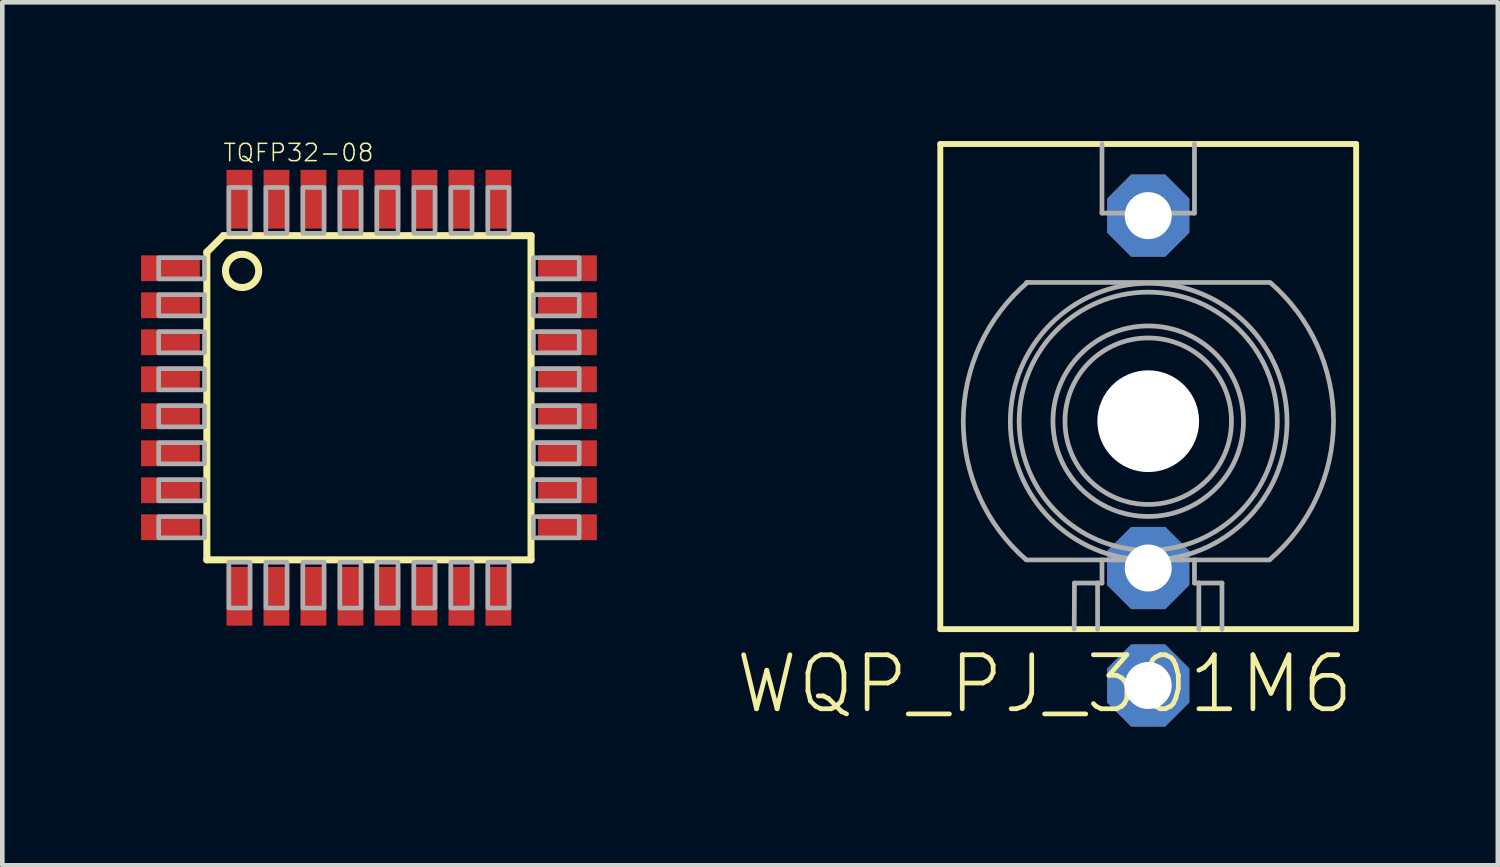
<source format=kicad_pcb>
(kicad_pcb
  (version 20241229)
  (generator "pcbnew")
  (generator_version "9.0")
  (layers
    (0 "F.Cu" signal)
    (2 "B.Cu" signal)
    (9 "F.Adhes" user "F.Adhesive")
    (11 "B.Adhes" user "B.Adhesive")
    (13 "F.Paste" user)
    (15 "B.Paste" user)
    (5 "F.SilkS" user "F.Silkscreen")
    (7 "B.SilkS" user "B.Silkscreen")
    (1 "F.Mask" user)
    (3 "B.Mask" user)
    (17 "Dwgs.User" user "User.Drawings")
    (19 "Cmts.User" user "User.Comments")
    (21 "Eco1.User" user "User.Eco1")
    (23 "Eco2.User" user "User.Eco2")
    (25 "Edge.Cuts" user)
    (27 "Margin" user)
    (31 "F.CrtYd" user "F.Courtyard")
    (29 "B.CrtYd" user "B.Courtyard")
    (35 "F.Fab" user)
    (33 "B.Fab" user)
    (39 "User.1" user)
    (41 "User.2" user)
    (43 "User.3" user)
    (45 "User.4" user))
  (footprint "WQP_PJ_301M6"
    (layer "F.Cu")
    (at 21.779 6.058)
    (property "Reference" "WQP_PJ_301M6" (at 4.5 5 0) (unlocked yes) (layer "F.SilkS") (effects (font (size 1.168 1.168) (thickness 0.102)) (justify right top)))
    (fp_line (start -4.496 -5.994) (end 4.496 -5.994) (stroke (width 0.127) (type solid)) (layer "F.SilkS"))
    (fp_line (start -4.496 4.496) (end -4.496 -5.994) (stroke (width 0.127) (type solid)) (layer "F.SilkS"))
    (fp_line (start 4.496 -5.994) (end 4.496 4.496) (stroke (width 0.127) (type solid)) (layer "F.SilkS"))
    (fp_line (start 4.496 4.496) (end -4.496 4.496) (stroke (width 0.127) (type solid)) (layer "F.SilkS"))
    (fp_line (start -2.631 -3) (end 2.62 -3) (stroke (width 0.102) (type solid)) (layer "F.Fab"))
    (fp_line (start -2.631 3) (end 2.62 3) (stroke (width 0.102) (type solid)) (layer "F.Fab"))
    (fp_line (start -1.6 4.496) (end -1.595 3.5) (stroke (width 0.102) (type solid)) (layer "F.Fab"))
    (fp_line (start -1.595 3.5) (end -1.095 3.5) (stroke (width 0.102) (type solid)) (layer "F.Fab"))
    (fp_line (start -1.095 3.5) (end -1.095 4.5) (stroke (width 0.102) (type solid)) (layer "F.Fab"))
    (fp_line (start -1.095 3.5) (end -1 3.5) (stroke (width 0.102) (type solid)) (layer "F.Fab"))
    (fp_line (start -1 -4.5) (end -1 -6) (stroke (width 0.102) (type solid)) (layer "F.Fab"))
    (fp_line (start -1 0) (end 1 0) (stroke (width 0.102) (type solid)) (layer "F.Fab"))
    (fp_line (start -1 3.5) (end -1 3) (stroke (width 0.102) (type solid)) (layer "F.Fab"))
    (fp_line (start 0 -1) (end 0 1) (stroke (width 0.102) (type solid)) (layer "F.Fab"))
    (fp_line (start 1 -6) (end 1 -4.5) (stroke (width 0.102) (type solid)) (layer "F.Fab"))
    (fp_line (start 1 -4.5) (end -1 -4.5) (stroke (width 0.102) (type solid)) (layer "F.Fab"))
    (fp_line (start 1 3) (end 1 3.5) (stroke (width 0.102) (type solid)) (layer "F.Fab"))
    (fp_line (start 1 3.5) (end 1.095 3.5) (stroke (width 0.102) (type solid)) (layer "F.Fab"))
    (fp_line (start 1.095 3.5) (end 1.095 4.5) (stroke (width 0.102) (type solid)) (layer "F.Fab"))
    (fp_line (start 1.095 3.5) (end 1.595 3.5) (stroke (width 0.102) (type solid)) (layer "F.Fab"))
    (fp_line (start 1.595 3.5) (end 1.595 4.5) (stroke (width 0.102) (type solid)) (layer "F.Fab"))
    (fp_arc (start -2.641998 2.994) (mid -3.999529 -0.012791) (end -2.608 -3.004) (stroke (width 0.1016) (type solid)) (layer "F.Fab"))
    (fp_arc (start 2.642 -2.994) (mid 4.007235 0.003208) (end 2.628 2.994) (stroke (width 0.1016) (type solid)) (layer "F.Fab"))
    (fp_circle (center 0 0) (end 1.8 0) (stroke (width 0.102) (type solid)) (fill no) (layer "F.Fab"))
    (fp_circle (center 0 0) (end 2.06 0) (stroke (width 0.102) (type solid)) (fill no) (layer "F.Fab"))
    (fp_circle (center 0 0) (end 2.791 0) (stroke (width 0.102) (type solid)) (fill no) (layer "F.Fab"))
    (fp_circle (center 0.01 0.01) (end 3.002 0.01) (stroke (width 0.102) (type solid)) (fill no) (layer "F.Fab"))
    (pad "" np_thru_hole circle (at 0 0) (size 2.2 2.2) (drill 2.2) (layers "*.Cu" "*.Mask"))
    (pad "P1" thru_hole roundrect (at 0 5.715) (size 1.778 1.778) (drill 1.016) (layers "*.Cu" "*.Mask") (roundrect_rratio 0.25) (chamfer_ratio 0.293) (chamfer top_left top_right bottom_left bottom_right))
    (pad "P2" thru_hole roundrect (at 0 3.175) (size 1.778 1.778) (drill 1.016) (layers "*.Cu" "*.Mask") (roundrect_rratio 0.25) (chamfer_ratio 0.293) (chamfer top_left top_right bottom_left bottom_right))
    (pad "P3" thru_hole roundrect (at 0 -4.445) (size 1.778 1.778) (drill 1.016) (layers "*.Cu" "*.Mask") (roundrect_rratio 0.25) (chamfer_ratio 0.293) (chamfer top_left top_right bottom_left bottom_right)))
  (footprint "TQFP32-08"
    (layer "F.Cu")
    (at 4.928 5.551)
    (property "Reference" "TQFP32-08" (at -3.175 -5.08 0) (unlocked yes) (layer "F.SilkS") (effects (font (size 0.374 0.374) (thickness 0.033)) (justify left bottom)))
    (fp_line (start -3.505 3.505) (end -3.505 -3.15) (stroke (width 0.152) (type solid)) (layer "F.SilkS"))
    (fp_line (start -3.15 -3.505) (end -3.505 -3.15) (stroke (width 0.152) (type solid)) (layer "F.SilkS"))
    (fp_line (start -3.15 -3.505) (end 3.505 -3.505) (stroke (width 0.152) (type solid)) (layer "F.SilkS"))
    (fp_line (start 3.505 -3.505) (end 3.505 3.505) (stroke (width 0.152) (type solid)) (layer "F.SilkS"))
    (fp_line (start 3.505 3.505) (end -3.505 3.505) (stroke (width 0.152) (type solid)) (layer "F.SilkS"))
    (fp_circle (center -2.743 -2.743) (end -2.384 -2.743) (stroke (width 0.152) (type solid)) (fill no) (layer "F.SilkS"))
    (fp_poly (pts (xy -4.547 -2.571) (xy -3.556 -2.571) (xy -3.556 -3.029) (xy -4.547 -3.029)) (stroke (width 0.1) (type default)) (fill no) (layer "F.Fab"))
    (fp_poly (pts (xy -4.547 -1.771) (xy -3.556 -1.771) (xy -3.556 -2.229) (xy -4.547 -2.229)) (stroke (width 0.1) (type default)) (fill no) (layer "F.Fab"))
    (fp_poly (pts (xy -4.547 -0.971) (xy -3.556 -0.971) (xy -3.556 -1.429) (xy -4.547 -1.429)) (stroke (width 0.1) (type default)) (fill no) (layer "F.Fab"))
    (fp_poly (pts (xy -4.547 -0.171) (xy -3.556 -0.171) (xy -3.556 -0.629) (xy -4.547 -0.629)) (stroke (width 0.1) (type default)) (fill no) (layer "F.Fab"))
    (fp_poly (pts (xy -4.547 0.629) (xy -3.556 0.629) (xy -3.556 0.171) (xy -4.547 0.171)) (stroke (width 0.1) (type default)) (fill no) (layer "F.Fab"))
    (fp_poly (pts (xy -4.547 1.429) (xy -3.556 1.429) (xy -3.556 0.971) (xy -4.547 0.971)) (stroke (width 0.1) (type default)) (fill no) (layer "F.Fab"))
    (fp_poly (pts (xy -4.547 2.229) (xy -3.556 2.229) (xy -3.556 1.771) (xy -4.547 1.771)) (stroke (width 0.1) (type default)) (fill no) (layer "F.Fab"))
    (fp_poly (pts (xy -4.547 3.029) (xy -3.556 3.029) (xy -3.556 2.571) (xy -4.547 2.571)) (stroke (width 0.1) (type default)) (fill no) (layer "F.Fab"))
    (fp_poly (pts (xy -3.029 -3.556) (xy -2.571 -3.556) (xy -2.571 -4.547) (xy -3.029 -4.547)) (stroke (width 0.1) (type default)) (fill no) (layer "F.Fab"))
    (fp_poly (pts (xy -3.029 4.547) (xy -2.571 4.547) (xy -2.571 3.556) (xy -3.029 3.556)) (stroke (width 0.1) (type default)) (fill no) (layer "F.Fab"))
    (fp_poly (pts (xy -2.229 -3.556) (xy -1.771 -3.556) (xy -1.771 -4.547) (xy -2.229 -4.547)) (stroke (width 0.1) (type default)) (fill no) (layer "F.Fab"))
    (fp_poly (pts (xy -2.229 4.547) (xy -1.771 4.547) (xy -1.771 3.556) (xy -2.229 3.556)) (stroke (width 0.1) (type default)) (fill no) (layer "F.Fab"))
    (fp_poly (pts (xy -1.429 -3.556) (xy -0.971 -3.556) (xy -0.971 -4.547) (xy -1.429 -4.547)) (stroke (width 0.1) (type default)) (fill no) (layer "F.Fab"))
    (fp_poly (pts (xy -1.429 4.547) (xy -0.971 4.547) (xy -0.971 3.556) (xy -1.429 3.556)) (stroke (width 0.1) (type default)) (fill no) (layer "F.Fab"))
    (fp_poly (pts (xy -0.629 -3.556) (xy -0.171 -3.556) (xy -0.171 -4.547) (xy -0.629 -4.547)) (stroke (width 0.1) (type default)) (fill no) (layer "F.Fab"))
    (fp_poly (pts (xy -0.629 4.547) (xy -0.171 4.547) (xy -0.171 3.556) (xy -0.629 3.556)) (stroke (width 0.1) (type default)) (fill no) (layer "F.Fab"))
    (fp_poly (pts (xy 0.171 -3.556) (xy 0.629 -3.556) (xy 0.629 -4.547) (xy 0.171 -4.547)) (stroke (width 0.1) (type default)) (fill no) (layer "F.Fab"))
    (fp_poly (pts (xy 0.171 4.547) (xy 0.629 4.547) (xy 0.629 3.556) (xy 0.171 3.556)) (stroke (width 0.1) (type default)) (fill no) (layer "F.Fab"))
    (fp_poly (pts (xy 0.971 -3.556) (xy 1.429 -3.556) (xy 1.429 -4.547) (xy 0.971 -4.547)) (stroke (width 0.1) (type default)) (fill no) (layer "F.Fab"))
    (fp_poly (pts (xy 0.971 4.547) (xy 1.429 4.547) (xy 1.429 3.556) (xy 0.971 3.556)) (stroke (width 0.1) (type default)) (fill no) (layer "F.Fab"))
    (fp_poly (pts (xy 1.771 -3.556) (xy 2.229 -3.556) (xy 2.229 -4.547) (xy 1.771 -4.547)) (stroke (width 0.1) (type default)) (fill no) (layer "F.Fab"))
    (fp_poly (pts (xy 1.771 4.547) (xy 2.229 4.547) (xy 2.229 3.556) (xy 1.771 3.556)) (stroke (width 0.1) (type default)) (fill no) (layer "F.Fab"))
    (fp_poly (pts (xy 2.571 -3.556) (xy 3.029 -3.556) (xy 3.029 -4.547) (xy 2.571 -4.547)) (stroke (width 0.1) (type default)) (fill no) (layer "F.Fab"))
    (fp_poly (pts (xy 2.571 4.547) (xy 3.029 4.547) (xy 3.029 3.556) (xy 2.571 3.556)) (stroke (width 0.1) (type default)) (fill no) (layer "F.Fab"))
    (fp_poly (pts (xy 3.556 -2.571) (xy 4.547 -2.571) (xy 4.547 -3.029) (xy 3.556 -3.029)) (stroke (width 0.1) (type default)) (fill no) (layer "F.Fab"))
    (fp_poly (pts (xy 3.556 -1.771) (xy 4.547 -1.771) (xy 4.547 -2.229) (xy 3.556 -2.229)) (stroke (width 0.1) (type default)) (fill no) (layer "F.Fab"))
    (fp_poly (pts (xy 3.556 -0.971) (xy 4.547 -0.971) (xy 4.547 -1.429) (xy 3.556 -1.429)) (stroke (width 0.1) (type default)) (fill no) (layer "F.Fab"))
    (fp_poly (pts (xy 3.556 -0.171) (xy 4.547 -0.171) (xy 4.547 -0.629) (xy 3.556 -0.629)) (stroke (width 0.1) (type default)) (fill no) (layer "F.Fab"))
    (fp_poly (pts (xy 3.556 0.629) (xy 4.547 0.629) (xy 4.547 0.171) (xy 3.556 0.171)) (stroke (width 0.1) (type default)) (fill no) (layer "F.Fab"))
    (fp_poly (pts (xy 3.556 1.429) (xy 4.547 1.429) (xy 4.547 0.971) (xy 3.556 0.971)) (stroke (width 0.1) (type default)) (fill no) (layer "F.Fab"))
    (fp_poly (pts (xy 3.556 2.229) (xy 4.547 2.229) (xy 4.547 1.771) (xy 3.556 1.771)) (stroke (width 0.1) (type default)) (fill no) (layer "F.Fab"))
    (fp_poly (pts (xy 3.556 3.029) (xy 4.547 3.029) (xy 4.547 2.571) (xy 3.556 2.571)) (stroke (width 0.1) (type default)) (fill no) (layer "F.Fab"))
    (pad "1" smd rect (at -4.293 -2.8) (size 1.27 0.559) (layers "F.Cu" "F.Mask" "F.Paste"))
    (pad "2" smd rect (at -4.293 -2) (size 1.27 0.559) (layers "F.Cu" "F.Mask" "F.Paste"))
    (pad "3" smd rect (at -4.293 -1.2) (size 1.27 0.559) (layers "F.Cu" "F.Mask" "F.Paste"))
    (pad "4" smd rect (at -4.293 -0.4) (size 1.27 0.559) (layers "F.Cu" "F.Mask" "F.Paste"))
    (pad "5" smd rect (at -4.293 0.4) (size 1.27 0.559) (layers "F.Cu" "F.Mask" "F.Paste"))
    (pad "6" smd rect (at -4.293 1.2) (size 1.27 0.559) (layers "F.Cu" "F.Mask" "F.Paste"))
    (pad "7" smd rect (at -4.293 2) (size 1.27 0.559) (layers "F.Cu" "F.Mask" "F.Paste"))
    (pad "8" smd rect (at -4.293 2.8) (size 1.27 0.559) (layers "F.Cu" "F.Mask" "F.Paste"))
    (pad "9" smd rect (at -2.8 4.293) (size 0.559 1.27) (layers "F.Cu" "F.Mask" "F.Paste"))
    (pad "10" smd rect (at -2 4.293) (size 0.559 1.27) (layers "F.Cu" "F.Mask" "F.Paste"))
    (pad "11" smd rect (at -1.2 4.293) (size 0.559 1.27) (layers "F.Cu" "F.Mask" "F.Paste"))
    (pad "12" smd rect (at -0.4 4.293) (size 0.559 1.27) (layers "F.Cu" "F.Mask" "F.Paste"))
    (pad "13" smd rect (at 0.4 4.293) (size 0.559 1.27) (layers "F.Cu" "F.Mask" "F.Paste"))
    (pad "14" smd rect (at 1.2 4.293) (size 0.559 1.27) (layers "F.Cu" "F.Mask" "F.Paste"))
    (pad "15" smd rect (at 2 4.293) (size 0.559 1.27) (layers "F.Cu" "F.Mask" "F.Paste"))
    (pad "16" smd rect (at 2.8 4.293) (size 0.559 1.27) (layers "F.Cu" "F.Mask" "F.Paste"))
    (pad "17" smd rect (at 4.293 2.8) (size 1.27 0.559) (layers "F.Cu" "F.Mask" "F.Paste"))
    (pad "18" smd rect (at 4.293 2) (size 1.27 0.559) (layers "F.Cu" "F.Mask" "F.Paste"))
    (pad "19" smd rect (at 4.293 1.2) (size 1.27 0.559) (layers "F.Cu" "F.Mask" "F.Paste"))
    (pad "20" smd rect (at 4.293 0.4) (size 1.27 0.559) (layers "F.Cu" "F.Mask" "F.Paste"))
    (pad "21" smd rect (at 4.293 -0.4) (size 1.27 0.559) (layers "F.Cu" "F.Mask" "F.Paste"))
    (pad "22" smd rect (at 4.293 -1.2) (size 1.27 0.559) (layers "F.Cu" "F.Mask" "F.Paste"))
    (pad "23" smd rect (at 4.293 -2) (size 1.27 0.559) (layers "F.Cu" "F.Mask" "F.Paste"))
    (pad "24" smd rect (at 4.293 -2.8) (size 1.27 0.559) (layers "F.Cu" "F.Mask" "F.Paste"))
    (pad "25" smd rect (at 2.8 -4.293) (size 0.559 1.27) (layers "F.Cu" "F.Mask" "F.Paste"))
    (pad "26" smd rect (at 2 -4.293) (size 0.559 1.27) (layers "F.Cu" "F.Mask" "F.Paste"))
    (pad "27" smd rect (at 1.2 -4.293) (size 0.559 1.27) (layers "F.Cu" "F.Mask" "F.Paste"))
    (pad "28" smd rect (at 0.4 -4.293) (size 0.559 1.27) (layers "F.Cu" "F.Mask" "F.Paste"))
    (pad "29" smd rect (at -0.4 -4.293) (size 0.559 1.27) (layers "F.Cu" "F.Mask" "F.Paste"))
    (pad "30" smd rect (at -1.2 -4.293) (size 0.559 1.27) (layers "F.Cu" "F.Mask" "F.Paste"))
    (pad "31" smd rect (at -2 -4.293) (size 0.559 1.27) (layers "F.Cu" "F.Mask" "F.Paste"))
    (pad "32" smd rect (at -2.8 -4.293) (size 0.559 1.27) (layers "F.Cu" "F.Mask" "F.Paste")))
  (gr_rect
    (start -3 -3)
    (end 29.339 15.662)
    (stroke (width 0.1) (type default))
    (fill no)
    (layer "Edge.Cuts")))
</source>
